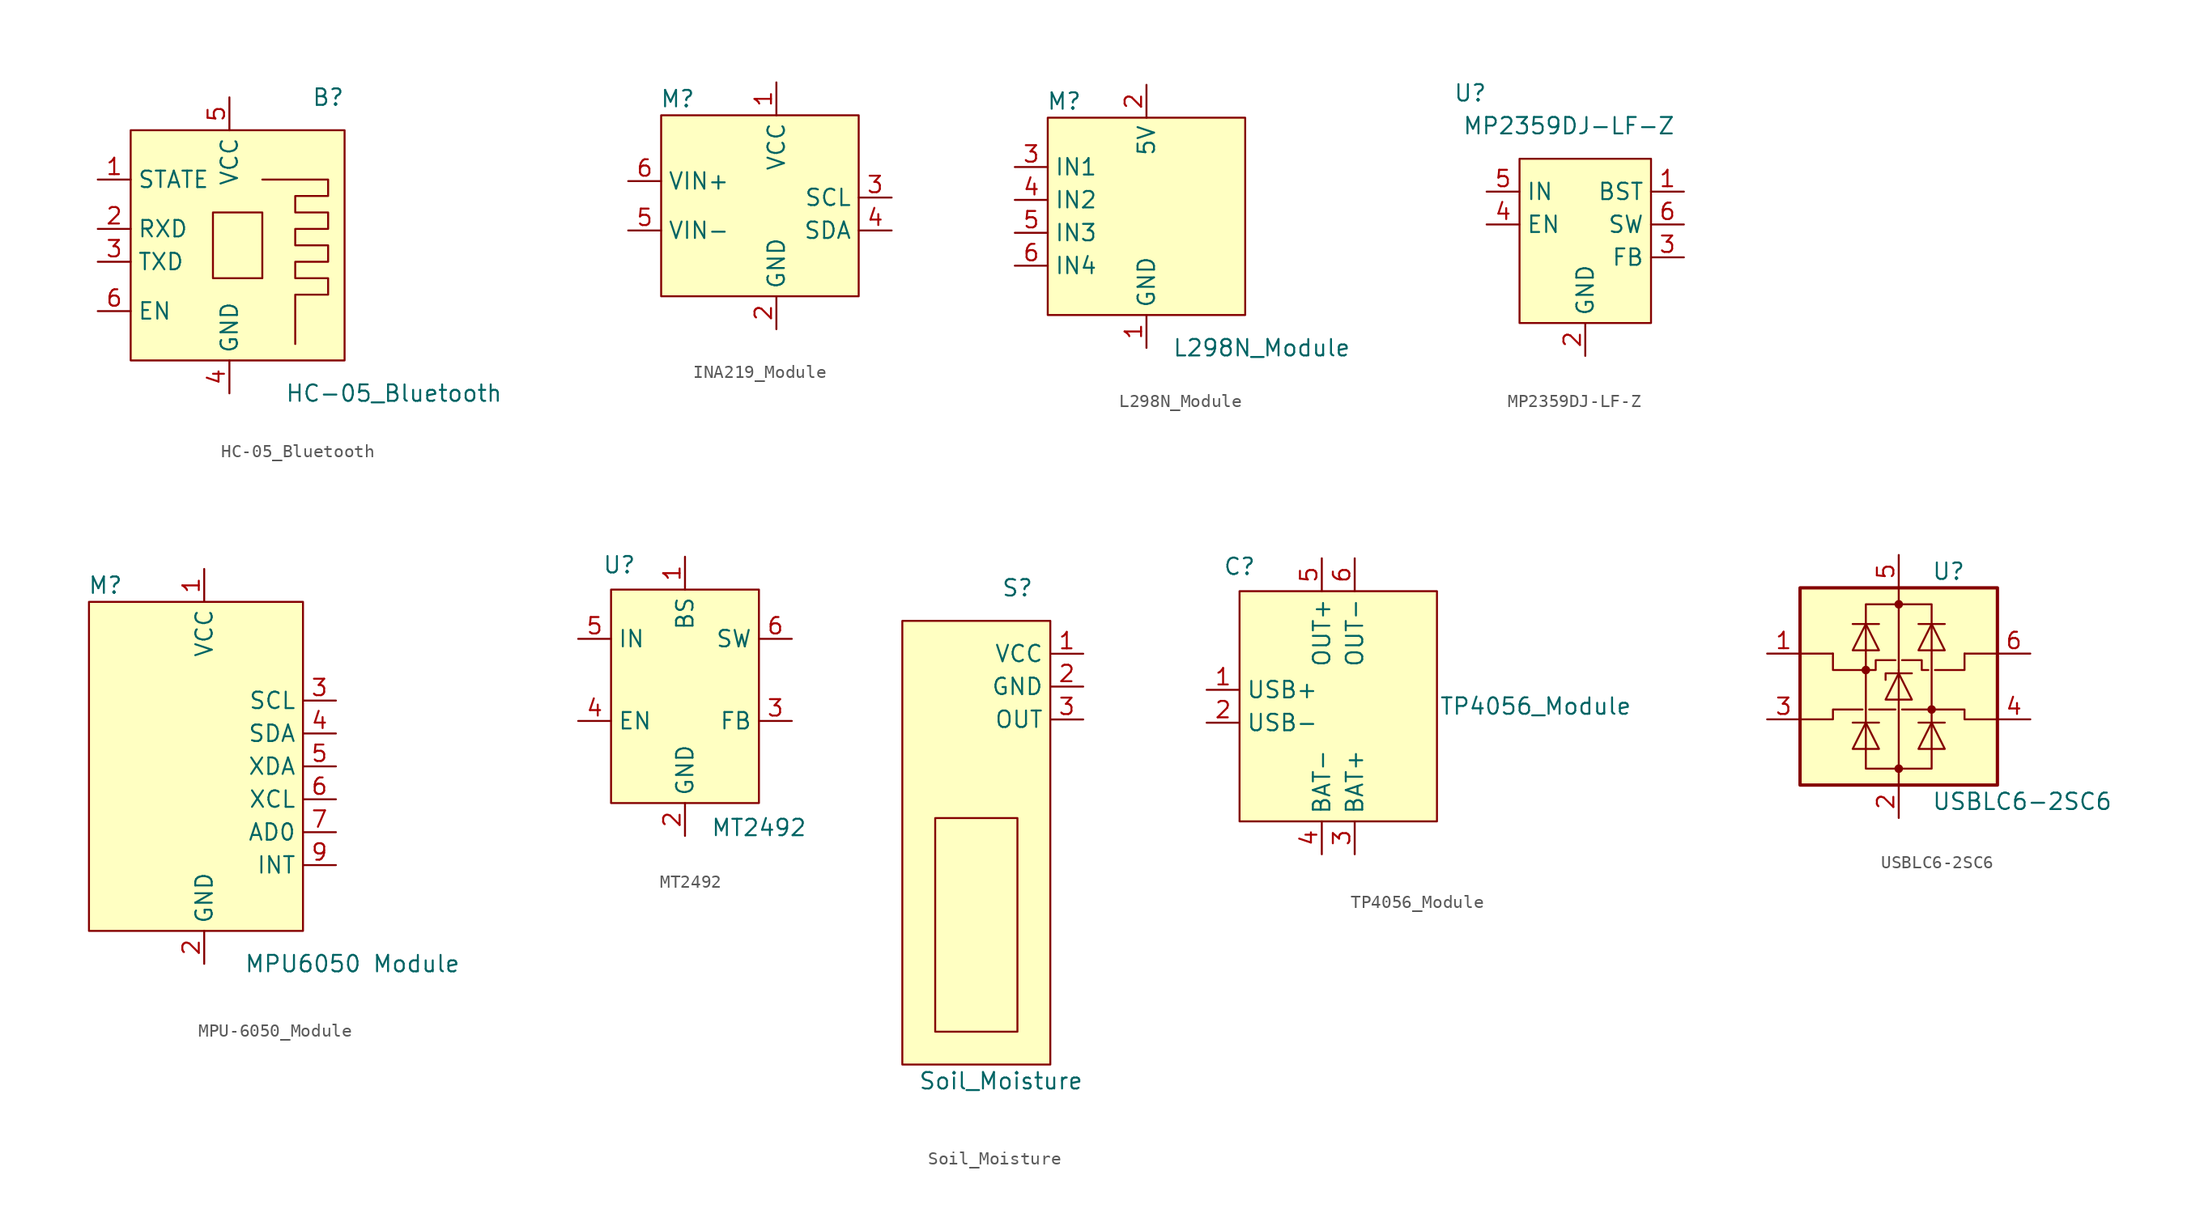
<source format=kicad_sym>
(kicad_symbol_lib
  (version 20220914)
  (generator kicad_symbol_editor)
  (symbol "HC-05_Bluetooth"
    (property "Reference" "B"
      (at 7.62 12.7 0)
      (effects (font (size 1.27 1.27))))
    (property "Value" "HC-05_Bluetooth"
      (at 12.7 -10.16 0)
      (effects (font (size 1.27 1.27))))
    (symbol "HC-05_Bluetooth_0_1"
      (rectangle (start -7.62 10.16) (end 8.89 -7.62) (stroke (width 0.152) (type default)) (fill (type background)))
      (rectangle (start -1.27 3.81) (end 2.54 -1.27) (stroke (width 0.152) (type default)) (fill (type none)))
      (polyline (pts (xy 2.54 6.35) (xy 7.62 6.35) (xy 7.62 5.08) (xy 5.08 5.08) (xy 5.08 3.81) (xy 7.62 3.81) (xy 7.62 2.54) (xy 5.08 2.54) (xy 5.08 1.27) (xy 7.62 1.27) (xy 7.62 0) (xy 5.08 0) (xy 5.08 -1.27) (xy 7.62 -1.27) (xy 7.62 -2.54) (xy 5.08 -2.54) (xy 5.08 -6.35)) (stroke (width 0.152) (type default)) (fill (type none))))
    (symbol "HC-05_Bluetooth_1_1"
      (pin input line (at -10.16 6.35 0) (length 2.54) (name "STATE" (effects (font (size 1.27 1.27)))) (number "1" (effects (font (size 1.27 1.27)))))
      (pin input line (at -10.16 2.54 0) (length 2.54) (name "RXD" (effects (font (size 1.27 1.27)))) (number "2" (effects (font (size 1.27 1.27)))))
      (pin input line (at -10.16 0 0) (length 2.54) (name "TXD" (effects (font (size 1.27 1.27)))) (number "3" (effects (font (size 1.27 1.27)))))
      (pin input line (at 0 -10.16 90) (length 2.54) (name "GND" (effects (font (size 1.27 1.27)))) (number "4" (effects (font (size 1.27 1.27)))))
      (pin input line (at 0 12.7 270) (length 2.54) (name "VCC" (effects (font (size 1.27 1.27)))) (number "5" (effects (font (size 1.27 1.27)))))
      (pin input line (at -10.16 -3.81 0) (length 2.54) (name "EN" (effects (font (size 1.27 1.27)))) (number "6" (effects (font (size 1.27 1.27)))))))
  (symbol "INA219_Module"
    (property "Reference" "M"
      (at -13.97 1.27 0)
      (effects (font (size 1.27 1.27))))
    (property "Value" ""
      (at 0 0 0)
      (effects (font (size 1.27 1.27))))
    (symbol "INA219_Module_1_1"
      (rectangle (start -15.24 0) (end 0 -13.97) (stroke (width 0) (type default)) (fill (type background)))
      (pin input line (at -6.35 2.54 270) (length 2.54) (name "VCC" (effects (font (size 1.27 1.27)))) (number "1" (effects (font (size 1.27 1.27)))))
      (pin input line (at -6.35 -16.51 90) (length 2.54) (name "GND" (effects (font (size 1.27 1.27)))) (number "2" (effects (font (size 1.27 1.27)))))
      (pin input line (at 2.54 -6.35 180) (length 2.54) (name "SCL" (effects (font (size 1.27 1.27)))) (number "3" (effects (font (size 1.27 1.27)))))
      (pin input line (at 2.54 -8.89 180) (length 2.54) (name "SDA" (effects (font (size 1.27 1.27)))) (number "4" (effects (font (size 1.27 1.27)))))
      (pin input line (at -17.78 -8.89 0) (length 2.54) (name "VIN-" (effects (font (size 1.27 1.27)))) (number "5" (effects (font (size 1.27 1.27)))))
      (pin input line (at -17.78 -5.08 0) (length 2.54) (name "VIN+" (effects (font (size 1.27 1.27)))) (number "6" (effects (font (size 1.27 1.27)))))))
  (symbol "L298N_Module"
    (property "Reference" "M"
      (at -6.35 10.16 0)
      (effects (font (size 1.27 1.27))))
    (property "Value" "L298N_Module"
      (at 8.89 -8.89 0)
      (effects (font (size 1.27 1.27))))
    (symbol "L298N_Module_0_1"
      (rectangle (start -7.62 8.89) (end 7.62 -6.35) (stroke (width 0.152) (type default)) (fill (type background))))
    (symbol "L298N_Module_1_1"
      (pin input line (at 0 -8.89 90) (length 2.54) (name "GND" (effects (font (size 1.27 1.27)))) (number "1" (effects (font (size 1.27 1.27)))))
      (pin input line (at 0 11.43 270) (length 2.54) (name "5V" (effects (font (size 1.27 1.27)))) (number "2" (effects (font (size 1.27 1.27)))))
      (pin input line (at -10.16 5.08 0) (length 2.54) (name "IN1" (effects (font (size 1.27 1.27)))) (number "3" (effects (font (size 1.27 1.27)))))
      (pin input line (at -10.16 2.54 0) (length 2.54) (name "IN2" (effects (font (size 1.27 1.27)))) (number "4" (effects (font (size 1.27 1.27)))))
      (pin input line (at -10.16 0 0) (length 2.54) (name "IN3" (effects (font (size 1.27 1.27)))) (number "5" (effects (font (size 1.27 1.27)))))
      (pin input line (at -10.16 -2.54 0) (length 2.54) (name "IN4" (effects (font (size 1.27 1.27)))) (number "6" (effects (font (size 1.27 1.27)))))))
  (symbol "MP2359DJ-LF-Z"
    (property "Reference" "U"
      (at -8.89 7.62 0)
      (effects (font (size 1.27 1.27))))
    (property "Value" "MP2359DJ-LF-Z"
      (at -1.27 5.08 0)
      (effects (font (size 1.27 1.27))))
    (symbol "MP2359DJ-LF-Z_0_1"
      (rectangle (start -5.08 2.54) (end 5.08 -10.16) (stroke (width 0.152) (type default)) (fill (type background))))
    (symbol "MP2359DJ-LF-Z_1_1"
      (pin input line (at 7.62 0 180) (length 2.54) (name "BST" (effects (font (size 1.27 1.27)))) (number "1" (effects (font (size 1.27 1.27)))))
      (pin input line (at 0 -12.7 90) (length 2.54) (name "GND" (effects (font (size 1.27 1.27)))) (number "2" (effects (font (size 1.27 1.27)))))
      (pin input line (at 7.62 -5.08 180) (length 2.54) (name "FB" (effects (font (size 1.27 1.27)))) (number "3" (effects (font (size 1.27 1.27)))))
      (pin input line (at -7.62 -2.54 0) (length 2.54) (name "EN" (effects (font (size 1.27 1.27)))) (number "4" (effects (font (size 1.27 1.27)))))
      (pin input line (at -7.62 0 0) (length 2.54) (name "IN" (effects (font (size 1.27 1.27)))) (number "5" (effects (font (size 1.27 1.27)))))
      (pin input line (at 7.62 -2.54 180) (length 2.54) (name "SW" (effects (font (size 1.27 1.27)))) (number "6" (effects (font (size 1.27 1.27)))))))
  (symbol "MPU-6050_Module"
    (property "Reference" "M"
      (at -8.89 13.97 0)
      (effects (font (size 1.27 1.27))))
    (property "Value" "MPU6050 Module"
      (at 10.16 -15.24 0)
      (effects (font (size 1.27 1.27))))
    (symbol "MPU-6050_Module_1_1"
      (rectangle (start -10.16 12.7) (end 6.35 -12.7) (stroke (width 0) (type default)) (fill (type background)))
      (pin input line (at -1.27 15.24 270) (length 2.54) (name "VCC" (effects (font (size 1.27 1.27)))) (number "1" (effects (font (size 1.27 1.27)))))
      (pin input line (at -1.27 -15.24 90) (length 2.54) (name "GND" (effects (font (size 1.27 1.27)))) (number "2" (effects (font (size 1.27 1.27)))))
      (pin input line (at 8.89 5.08 180) (length 2.54) (name "SCL" (effects (font (size 1.27 1.27)))) (number "3" (effects (font (size 1.27 1.27)))))
      (pin input line (at 8.89 2.54 180) (length 2.54) (name "SDA" (effects (font (size 1.27 1.27)))) (number "4" (effects (font (size 1.27 1.27)))))
      (pin input line (at 8.89 0 180) (length 2.54) (name "XDA" (effects (font (size 1.27 1.27)))) (number "5" (effects (font (size 1.27 1.27)))))
      (pin input line (at 8.89 -2.54 180) (length 2.54) (name "XCL" (effects (font (size 1.27 1.27)))) (number "6" (effects (font (size 1.27 1.27)))))
      (pin input line (at 8.89 -5.08 180) (length 2.54) (name "AD0" (effects (font (size 1.27 1.27)))) (number "7" (effects (font (size 1.27 1.27)))))
      (pin input line (at 8.89 -7.62 180) (length 2.54) (name "INT" (effects (font (size 1.27 1.27)))) (number "9" (effects (font (size 1.27 1.27)))))))
  (symbol "MT2492"
    (property "Reference" "U"
      (at -5.08 10.16 0)
      (effects (font (size 1.27 1.27))))
    (property "Value" "MT2492"
      (at 5.715 -10.16 0)
      (effects (font (size 1.27 1.27))))
    (symbol "MT2492_0_1"
      (rectangle (start -5.715 8.255) (end 5.715 -8.255) (stroke (width 0.152) (type default)) (fill (type background))))
    (symbol "MT2492_1_1"
      (pin input line (at 0 10.795 270) (length 2.54) (name "BS" (effects (font (size 1.27 1.27)))) (number "1" (effects (font (size 1.27 1.27)))))
      (pin input line (at 0 -10.795 90) (length 2.54) (name "GND" (effects (font (size 1.27 1.27)))) (number "2" (effects (font (size 1.27 1.27)))))
      (pin input line (at 8.255 -1.905 180) (length 2.54) (name "FB" (effects (font (size 1.27 1.27)))) (number "3" (effects (font (size 1.27 1.27)))))
      (pin input line (at -8.255 -1.905 0) (length 2.54) (name "EN" (effects (font (size 1.27 1.27)))) (number "4" (effects (font (size 1.27 1.27)))))
      (pin input line (at -8.255 4.445 0) (length 2.54) (name "IN" (effects (font (size 1.27 1.27)))) (number "5" (effects (font (size 1.27 1.27)))))
      (pin input line (at 8.255 4.445 180) (length 2.54) (name "SW" (effects (font (size 1.27 1.27)))) (number "6" (effects (font (size 1.27 1.27)))))))
  (symbol "Soil_Moisture"
    (property "Reference" "S"
      (at 2.54 17.78 0)
      (effects (font (size 1.27 1.27))))
    (property "Value" "Soil_Moisture"
      (at 1.27 -20.32 0)
      (effects (font (size 1.27 1.27))))
    (symbol "Soil_Moisture_0_1"
      (rectangle (start -3.81 0) (end 2.54 -16.51) (stroke (width 0.152) (type default)) (fill (type none)))
      (rectangle (start 5.08 15.24) (end -6.35 -19.05) (stroke (width 0.152) (type default)) (fill (type background))))
    (symbol "Soil_Moisture_1_1"
      (pin input line (at 7.62 12.7 180) (length 2.54) (name "VCC" (effects (font (size 1.27 1.27)))) (number "1" (effects (font (size 1.27 1.27)))))
      (pin input line (at 7.62 10.16 180) (length 2.54) (name "GND" (effects (font (size 1.27 1.27)))) (number "2" (effects (font (size 1.27 1.27)))))
      (pin input line (at 7.62 7.62 180) (length 2.54) (name "OUT" (effects (font (size 1.27 1.27)))) (number "3" (effects (font (size 1.27 1.27)))))))
  (symbol "TP4056_Module"
    (property "Reference" "C"
      (at -6.35 9.525 0)
      (effects (font (size 1.27 1.27))))
    (property "Value" "TP4056_Module"
      (at 16.51 -1.27 0)
      (effects (font (size 1.27 1.27))))
    (symbol "TP4056_Module_0_1"
      (rectangle (start -6.35 7.62) (end 8.89 -10.16) (stroke (width 0.152) (type default)) (fill (type background))))
    (symbol "TP4056_Module_1_1"
      (pin input line (at -8.89 0 0) (length 2.54) (name "USB+" (effects (font (size 1.27 1.27)))) (number "1" (effects (font (size 1.27 1.27)))))
      (pin input line (at -8.89 -2.54 0) (length 2.54) (name "USB-" (effects (font (size 1.27 1.27)))) (number "2" (effects (font (size 1.27 1.27)))))
      (pin input line (at 2.54 -12.7 90) (length 2.54) (name "BAT+" (effects (font (size 1.27 1.27)))) (number "3" (effects (font (size 1.27 1.27)))))
      (pin input line (at 0 -12.7 90) (length 2.54) (name "BAT-" (effects (font (size 1.27 1.27)))) (number "4" (effects (font (size 1.27 1.27)))))
      (pin input line (at 0 10.16 270) (length 2.54) (name "OUT+" (effects (font (size 1.27 1.27)))) (number "5" (effects (font (size 1.27 1.27)))))
      (pin input line (at 2.54 10.16 270) (length 2.54) (name "OUT-" (effects (font (size 1.27 1.27)))) (number "6" (effects (font (size 1.27 1.27)))))))
  (symbol "USBLC6-2SC6"
    (pin_names hide)
    (property "Reference" "U"
      (at 2.54 8.89 0)
      (effects (font (size 1.27 1.27)) (justify left)))
    (property "Value" "USBLC6-2SC6"
      (at 2.54 -8.89 0)
      (effects (font (size 1.27 1.27)) (justify left)))
    (symbol "USBLC6-2SC6_0_1"
      (rectangle (start -7.62 7.62) (end 7.62 -7.62) (stroke (width 0.254) (type default)) (fill (type background)))
      (circle (center -2.54 1.27) (radius 0.254) (stroke (width 0) (type default)) (fill (type outline)))
      (rectangle (start -2.54 6.35) (end 2.54 -6.35) (stroke (width 0) (type default)) (fill (type none)))
      (circle (center 0 -6.35) (radius 0.254) (stroke (width 0) (type default)) (fill (type outline)))
      (polyline (pts (xy -5.08 2.54) (xy -7.62 2.54)) (stroke (width 0) (type default)) (fill (type none)))
      (polyline (pts (xy -2.286 -1.778) (xy -0.254 -1.778)) (stroke (width 0) (type default)) (fill (type none)))
      (polyline (pts (xy -1.524 -2.794) (xy -3.556 -2.794)) (stroke (width 0) (type default)) (fill (type none)))
      (polyline (pts (xy -1.524 4.826) (xy -3.556 4.826)) (stroke (width 0) (type default)) (fill (type none)))
      (polyline (pts (xy 0 -7.62) (xy 0 -6.35)) (stroke (width 0) (type default)) (fill (type none)))
      (polyline (pts (xy 0 -6.35) (xy 0 1.27)) (stroke (width 0) (type default)) (fill (type none)))
      (polyline (pts (xy 0 1.27) (xy 0 6.35)) (stroke (width 0) (type default)) (fill (type none)))
      (polyline (pts (xy 0 6.35) (xy 0 7.62)) (stroke (width 0) (type default)) (fill (type none)))
      (polyline (pts (xy 1.524 -2.794) (xy 3.556 -2.794)) (stroke (width 0) (type default)) (fill (type none)))
      (polyline (pts (xy 1.524 4.826) (xy 3.556 4.826)) (stroke (width 0) (type default)) (fill (type none)))
      (polyline (pts (xy 5.08 2.54) (xy 7.62 2.54)) (stroke (width 0) (type default)) (fill (type none)))
      (polyline (pts (xy 2.794 1.27) (xy 5.08 1.27) (xy 5.08 2.54)) (stroke (width 0) (type default)) (fill (type none)))
      (polyline (pts (xy -7.62 -2.54) (xy -5.08 -2.54) (xy -5.08 -1.778) (xy -2.794 -1.778)) (stroke (width 0) (type default)) (fill (type none)))
      (polyline (pts (xy -3.556 -4.826) (xy -1.524 -4.826) (xy -2.54 -2.794) (xy -3.556 -4.826)) (stroke (width 0) (type default)) (fill (type none)))
      (polyline (pts (xy -3.556 2.794) (xy -1.524 2.794) (xy -2.54 4.826) (xy -3.556 2.794)) (stroke (width 0) (type default)) (fill (type none)))
      (polyline (pts (xy -1.016 -1.016) (xy 1.016 -1.016) (xy 0 1.016) (xy -1.016 -1.016)) (stroke (width 0) (type default)) (fill (type none)))
      (polyline (pts (xy 0.254 -1.778) (xy 5.08 -1.778) (xy 5.08 -2.54) (xy 7.62 -2.54)) (stroke (width 0) (type default)) (fill (type none)))
      (polyline (pts (xy 0.254 2.032) (xy 1.778 2.032) (xy 1.778 1.27) (xy 2.286 1.27)) (stroke (width 0) (type default)) (fill (type none)))
      (polyline (pts (xy 1.016 1.016) (xy 0.762 1.016) (xy -1.016 1.016) (xy -1.016 0.508)) (stroke (width 0) (type default)) (fill (type none)))
      (polyline (pts (xy 3.556 -4.826) (xy 1.524 -4.826) (xy 2.54 -2.794) (xy 3.556 -4.826)) (stroke (width 0) (type default)) (fill (type none)))
      (polyline (pts (xy 3.556 2.794) (xy 1.524 2.794) (xy 2.54 4.826) (xy 3.556 2.794)) (stroke (width 0) (type default)) (fill (type none)))
      (polyline (pts (xy -5.08 2.54) (xy -5.08 1.27) (xy -2.54 1.27) (xy -1.778 1.27) (xy -1.778 2.032) (xy -0.254 2.032)) (stroke (width 0) (type default)) (fill (type none)))
      (circle (center 0 6.35) (radius 0.254) (stroke (width 0) (type default)) (fill (type outline)))
      (circle (center 2.54 -1.778) (radius 0.254) (stroke (width 0) (type default)) (fill (type outline))))
    (symbol "USBLC6-2SC6_1_1"
      (pin passive line (at -10.16 2.54 0) (length 2.54) (name "I/O1" (effects (font (size 1.27 1.27)))) (number "1" (effects (font (size 1.27 1.27)))))
      (pin passive line (at 0 -10.16 90) (length 2.54) (name "GND" (effects (font (size 1.27 1.27)))) (number "2" (effects (font (size 1.27 1.27)))))
      (pin passive line (at -10.16 -2.54 0) (length 2.54) (name "I/O1" (effects (font (size 1.27 1.27)))) (number "3" (effects (font (size 1.27 1.27)))))
      (pin passive line (at 10.16 -2.54 180) (length 2.54) (name "I/O2" (effects (font (size 1.27 1.27)))) (number "4" (effects (font (size 1.27 1.27)))))
      (pin passive line (at 0 10.16 270) (length 2.54) (name "VBUS" (effects (font (size 1.27 1.27)))) (number "5" (effects (font (size 1.27 1.27)))))
      (pin passive line (at 10.16 2.54 180) (length 2.54) (name "I/O2" (effects (font (size 1.27 1.27)))) (number "6" (effects (font (size 1.27 1.27))))))))
</source>
